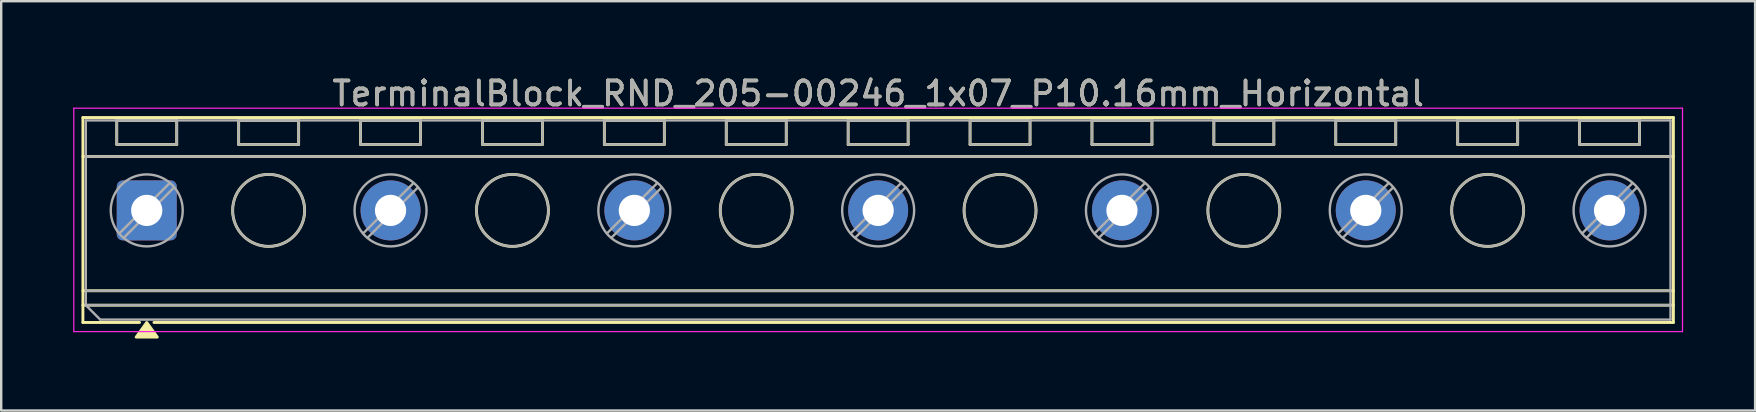
<source format=kicad_pcb>
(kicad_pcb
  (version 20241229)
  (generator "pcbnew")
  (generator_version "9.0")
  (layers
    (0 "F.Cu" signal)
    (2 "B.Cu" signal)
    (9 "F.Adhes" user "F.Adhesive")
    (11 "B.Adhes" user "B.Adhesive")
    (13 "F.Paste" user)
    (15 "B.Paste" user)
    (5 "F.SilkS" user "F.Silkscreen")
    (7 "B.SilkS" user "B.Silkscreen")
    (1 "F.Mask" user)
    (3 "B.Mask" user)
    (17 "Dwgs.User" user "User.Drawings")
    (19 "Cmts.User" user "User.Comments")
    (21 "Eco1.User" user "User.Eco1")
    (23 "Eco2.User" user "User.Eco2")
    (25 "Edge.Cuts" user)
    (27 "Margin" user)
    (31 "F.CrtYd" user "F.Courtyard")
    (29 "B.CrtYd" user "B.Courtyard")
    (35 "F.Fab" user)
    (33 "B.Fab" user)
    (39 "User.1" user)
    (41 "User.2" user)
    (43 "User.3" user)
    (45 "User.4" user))
  (footprint "TerminalBlock_RND_205-00246_1x07_P10.16mm_Horizontal"
    (layer "F.Cu")
    (at 3.065 5.718)
    (property "Reference" "TerminalBlock_RND_205-00246_1x07_P10.16mm_Horizontal" (at 30.48 -4.87 0) (layer "F.SilkS") (effects (font (size 1 1) (thickness 0.15))))
    (attr through_hole)
    (fp_line (start -2.66 -3.87) (end -2.66 4.67) (stroke (width 0.12) (type solid)) (layer "F.SilkS"))
    (fp_line (start -2.66 -3.87) (end 63.62 -3.87) (stroke (width 0.12) (type solid)) (layer "F.SilkS"))
    (fp_line (start -2.66 -2.25) (end 63.62 -2.25) (stroke (width 0.12) (type solid)) (layer "F.SilkS"))
    (fp_line (start -2.66 3.35) (end 63.62 3.35) (stroke (width 0.12) (type solid)) (layer "F.SilkS"))
    (fp_line (start -2.66 3.95) (end 63.62 3.95) (stroke (width 0.12) (type solid)) (layer "F.SilkS"))
    (fp_line (start -2.66 4.67) (end -0.3 4.67) (stroke (width 0.12) (type solid)) (layer "F.SilkS"))
    (fp_line (start -1.25 -3.75) (end -1.25 -2.75) (stroke (width 0.12) (type solid)) (layer "F.SilkS"))
    (fp_line (start -1.25 -3.75) (end 1.25 -3.75) (stroke (width 0.12) (type solid)) (layer "F.SilkS"))
    (fp_line (start -1.25 -2.75) (end 1.25 -2.75) (stroke (width 0.12) (type solid)) (layer "F.SilkS"))
    (fp_line (start 0.3 4.67) (end 63.62 4.67) (stroke (width 0.12) (type solid)) (layer "F.SilkS"))
    (fp_line (start 1.25 -3.75) (end 1.25 -2.75) (stroke (width 0.12) (type solid)) (layer "F.SilkS"))
    (fp_line (start 3.83 -3.75) (end 3.83 -2.75) (stroke (width 0.12) (type solid)) (layer "F.SilkS"))
    (fp_line (start 3.83 -3.75) (end 6.33 -3.75) (stroke (width 0.12) (type solid)) (layer "F.SilkS"))
    (fp_line (start 3.83 -2.75) (end 6.33 -2.75) (stroke (width 0.12) (type solid)) (layer "F.SilkS"))
    (fp_line (start 6.33 -3.75) (end 6.33 -2.75) (stroke (width 0.12) (type solid)) (layer "F.SilkS"))
    (fp_line (start 8.91 -3.75) (end 8.91 -2.75) (stroke (width 0.12) (type solid)) (layer "F.SilkS"))
    (fp_line (start 8.91 -3.75) (end 11.41 -3.75) (stroke (width 0.12) (type solid)) (layer "F.SilkS"))
    (fp_line (start 8.91 -2.75) (end 11.41 -2.75) (stroke (width 0.12) (type solid)) (layer "F.SilkS"))
    (fp_line (start 11.41 -3.75) (end 11.41 -2.75) (stroke (width 0.12) (type solid)) (layer "F.SilkS"))
    (fp_line (start 13.99 -3.75) (end 13.99 -2.75) (stroke (width 0.12) (type solid)) (layer "F.SilkS"))
    (fp_line (start 13.99 -3.75) (end 16.49 -3.75) (stroke (width 0.12) (type solid)) (layer "F.SilkS"))
    (fp_line (start 13.99 -2.75) (end 16.49 -2.75) (stroke (width 0.12) (type solid)) (layer "F.SilkS"))
    (fp_line (start 16.49 -3.75) (end 16.49 -2.75) (stroke (width 0.12) (type solid)) (layer "F.SilkS"))
    (fp_line (start 19.07 -3.75) (end 19.07 -2.75) (stroke (width 0.12) (type solid)) (layer "F.SilkS"))
    (fp_line (start 19.07 -3.75) (end 21.57 -3.75) (stroke (width 0.12) (type solid)) (layer "F.SilkS"))
    (fp_line (start 19.07 -2.75) (end 21.57 -2.75) (stroke (width 0.12) (type solid)) (layer "F.SilkS"))
    (fp_line (start 21.57 -3.75) (end 21.57 -2.75) (stroke (width 0.12) (type solid)) (layer "F.SilkS"))
    (fp_line (start 24.15 -3.75) (end 24.15 -2.75) (stroke (width 0.12) (type solid)) (layer "F.SilkS"))
    (fp_line (start 24.15 -3.75) (end 26.65 -3.75) (stroke (width 0.12) (type solid)) (layer "F.SilkS"))
    (fp_line (start 24.15 -2.75) (end 26.65 -2.75) (stroke (width 0.12) (type solid)) (layer "F.SilkS"))
    (fp_line (start 26.65 -3.75) (end 26.65 -2.75) (stroke (width 0.12) (type solid)) (layer "F.SilkS"))
    (fp_line (start 29.23 -3.75) (end 29.23 -2.75) (stroke (width 0.12) (type solid)) (layer "F.SilkS"))
    (fp_line (start 29.23 -3.75) (end 31.73 -3.75) (stroke (width 0.12) (type solid)) (layer "F.SilkS"))
    (fp_line (start 29.23 -2.75) (end 31.73 -2.75) (stroke (width 0.12) (type solid)) (layer "F.SilkS"))
    (fp_line (start 31.73 -3.75) (end 31.73 -2.75) (stroke (width 0.12) (type solid)) (layer "F.SilkS"))
    (fp_line (start 34.31 -3.75) (end 34.31 -2.75) (stroke (width 0.12) (type solid)) (layer "F.SilkS"))
    (fp_line (start 34.31 -3.75) (end 36.81 -3.75) (stroke (width 0.12) (type solid)) (layer "F.SilkS"))
    (fp_line (start 34.31 -2.75) (end 36.81 -2.75) (stroke (width 0.12) (type solid)) (layer "F.SilkS"))
    (fp_line (start 36.81 -3.75) (end 36.81 -2.75) (stroke (width 0.12) (type solid)) (layer "F.SilkS"))
    (fp_line (start 39.39 -3.75) (end 39.39 -2.75) (stroke (width 0.12) (type solid)) (layer "F.SilkS"))
    (fp_line (start 39.39 -3.75) (end 41.89 -3.75) (stroke (width 0.12) (type solid)) (layer "F.SilkS"))
    (fp_line (start 39.39 -2.75) (end 41.89 -2.75) (stroke (width 0.12) (type solid)) (layer "F.SilkS"))
    (fp_line (start 41.89 -3.75) (end 41.89 -2.75) (stroke (width 0.12) (type solid)) (layer "F.SilkS"))
    (fp_line (start 44.47 -3.75) (end 44.47 -2.75) (stroke (width 0.12) (type solid)) (layer "F.SilkS"))
    (fp_line (start 44.47 -3.75) (end 46.97 -3.75) (stroke (width 0.12) (type solid)) (layer "F.SilkS"))
    (fp_line (start 44.47 -2.75) (end 46.97 -2.75) (stroke (width 0.12) (type solid)) (layer "F.SilkS"))
    (fp_line (start 46.97 -3.75) (end 46.97 -2.75) (stroke (width 0.12) (type solid)) (layer "F.SilkS"))
    (fp_line (start 49.55 -3.75) (end 49.55 -2.75) (stroke (width 0.12) (type solid)) (layer "F.SilkS"))
    (fp_line (start 49.55 -3.75) (end 52.05 -3.75) (stroke (width 0.12) (type solid)) (layer "F.SilkS"))
    (fp_line (start 49.55 -2.75) (end 52.05 -2.75) (stroke (width 0.12) (type solid)) (layer "F.SilkS"))
    (fp_line (start 52.05 -3.75) (end 52.05 -2.75) (stroke (width 0.12) (type solid)) (layer "F.SilkS"))
    (fp_line (start 54.63 -3.75) (end 54.63 -2.75) (stroke (width 0.12) (type solid)) (layer "F.SilkS"))
    (fp_line (start 54.63 -3.75) (end 57.13 -3.75) (stroke (width 0.12) (type solid)) (layer "F.SilkS"))
    (fp_line (start 54.63 -2.75) (end 57.13 -2.75) (stroke (width 0.12) (type solid)) (layer "F.SilkS"))
    (fp_line (start 57.13 -3.75) (end 57.13 -2.75) (stroke (width 0.12) (type solid)) (layer "F.SilkS"))
    (fp_line (start 59.71 -3.75) (end 59.71 -2.75) (stroke (width 0.12) (type solid)) (layer "F.SilkS"))
    (fp_line (start 59.71 -3.75) (end 62.21 -3.75) (stroke (width 0.12) (type solid)) (layer "F.SilkS"))
    (fp_line (start 59.71 -2.75) (end 62.21 -2.75) (stroke (width 0.12) (type solid)) (layer "F.SilkS"))
    (fp_line (start 62.21 -3.75) (end 62.21 -2.75) (stroke (width 0.12) (type solid)) (layer "F.SilkS"))
    (fp_line (start 63.62 -3.87) (end 63.62 4.67) (stroke (width 0.12) (type solid)) (layer "F.SilkS"))
    (fp_circle (center 5.08 0) (end 6.58 0) (stroke (width 0.12) (type solid)) (fill no) (layer "F.SilkS"))
    (fp_circle (center 15.24 0) (end 16.74 0) (stroke (width 0.12) (type solid)) (fill no) (layer "F.SilkS"))
    (fp_circle (center 25.4 0) (end 26.9 0) (stroke (width 0.12) (type solid)) (fill no) (layer "F.SilkS"))
    (fp_circle (center 35.56 0) (end 37.06 0) (stroke (width 0.12) (type solid)) (fill no) (layer "F.SilkS"))
    (fp_circle (center 45.72 0) (end 47.22 0) (stroke (width 0.12) (type solid)) (fill no) (layer "F.SilkS"))
    (fp_circle (center 55.88 0) (end 57.38 0) (stroke (width 0.12) (type solid)) (fill no) (layer "F.SilkS"))
    (fp_poly (pts (xy 0 4.67) (xy 0.44 5.28) (xy -0.44 5.28)) (stroke (width 0.12) (type solid)) (fill yes) (layer "F.SilkS"))
    (fp_line (start -3.04 -4.26) (end -3.04 5.05) (stroke (width 0.05) (type solid)) (layer "F.CrtYd"))
    (fp_line (start -3.04 5.05) (end 64 5.05) (stroke (width 0.05) (type solid)) (layer "F.CrtYd"))
    (fp_line (start 64 -4.26) (end -3.04 -4.26) (stroke (width 0.05) (type solid)) (layer "F.CrtYd"))
    (fp_line (start 64 5.05) (end 64 -4.26) (stroke (width 0.05) (type solid)) (layer "F.CrtYd"))
    (fp_line (start -2.54 -3.75) (end 63.5 -3.75) (stroke (width 0.1) (type solid)) (layer "F.Fab"))
    (fp_line (start -2.54 -2.25) (end 63.5 -2.25) (stroke (width 0.1) (type solid)) (layer "F.Fab"))
    (fp_line (start -2.54 3.35) (end 63.5 3.35) (stroke (width 0.1) (type solid)) (layer "F.Fab"))
    (fp_line (start -2.54 3.95) (end -2.54 -3.75) (stroke (width 0.1) (type solid)) (layer "F.Fab"))
    (fp_line (start -2.54 3.95) (end 63.5 3.95) (stroke (width 0.1) (type solid)) (layer "F.Fab"))
    (fp_line (start -1.94 4.55) (end -2.54 3.95) (stroke (width 0.1) (type solid)) (layer "F.Fab"))
    (fp_line (start -1.25 -3.75) (end -1.25 -2.75) (stroke (width 0.1) (type solid)) (layer "F.Fab"))
    (fp_line (start -1.25 -2.75) (end 1.25 -2.75) (stroke (width 0.1) (type solid)) (layer "F.Fab"))
    (fp_line (start 0.955 -1.138) (end -1.138 0.954) (stroke (width 0.1) (type solid)) (layer "F.Fab"))
    (fp_line (start 1.138 -0.954) (end -0.955 1.137) (stroke (width 0.1) (type solid)) (layer "F.Fab"))
    (fp_line (start 1.25 -3.75) (end -1.25 -3.75) (stroke (width 0.1) (type solid)) (layer "F.Fab"))
    (fp_line (start 1.25 -2.75) (end 1.25 -3.75) (stroke (width 0.1) (type solid)) (layer "F.Fab"))
    (fp_line (start 3.83 -3.75) (end 3.83 -2.75) (stroke (width 0.1) (type solid)) (layer "F.Fab"))
    (fp_line (start 3.83 -2.75) (end 6.33 -2.75) (stroke (width 0.1) (type solid)) (layer "F.Fab"))
    (fp_line (start 6.33 -3.75) (end 3.83 -3.75) (stroke (width 0.1) (type solid)) (layer "F.Fab"))
    (fp_line (start 6.33 -2.75) (end 6.33 -3.75) (stroke (width 0.1) (type solid)) (layer "F.Fab"))
    (fp_line (start 8.91 -3.75) (end 8.91 -2.75) (stroke (width 0.1) (type solid)) (layer "F.Fab"))
    (fp_line (start 8.91 -2.75) (end 11.41 -2.75) (stroke (width 0.1) (type solid)) (layer "F.Fab"))
    (fp_line (start 11.115 -1.138) (end 9.022 0.954) (stroke (width 0.1) (type solid)) (layer "F.Fab"))
    (fp_line (start 11.298 -0.954) (end 9.205 1.137) (stroke (width 0.1) (type solid)) (layer "F.Fab"))
    (fp_line (start 11.41 -3.75) (end 8.91 -3.75) (stroke (width 0.1) (type solid)) (layer "F.Fab"))
    (fp_line (start 11.41 -2.75) (end 11.41 -3.75) (stroke (width 0.1) (type solid)) (layer "F.Fab"))
    (fp_line (start 13.99 -3.75) (end 13.99 -2.75) (stroke (width 0.1) (type solid)) (layer "F.Fab"))
    (fp_line (start 13.99 -2.75) (end 16.49 -2.75) (stroke (width 0.1) (type solid)) (layer "F.Fab"))
    (fp_line (start 16.49 -3.75) (end 13.99 -3.75) (stroke (width 0.1) (type solid)) (layer "F.Fab"))
    (fp_line (start 16.49 -2.75) (end 16.49 -3.75) (stroke (width 0.1) (type solid)) (layer "F.Fab"))
    (fp_line (start 19.07 -3.75) (end 19.07 -2.75) (stroke (width 0.1) (type solid)) (layer "F.Fab"))
    (fp_line (start 19.07 -2.75) (end 21.57 -2.75) (stroke (width 0.1) (type solid)) (layer "F.Fab"))
    (fp_line (start 21.275 -1.138) (end 19.182 0.954) (stroke (width 0.1) (type solid)) (layer "F.Fab"))
    (fp_line (start 21.458 -0.954) (end 19.365 1.137) (stroke (width 0.1) (type solid)) (layer "F.Fab"))
    (fp_line (start 21.57 -3.75) (end 19.07 -3.75) (stroke (width 0.1) (type solid)) (layer "F.Fab"))
    (fp_line (start 21.57 -2.75) (end 21.57 -3.75) (stroke (width 0.1) (type solid)) (layer "F.Fab"))
    (fp_line (start 24.15 -3.75) (end 24.15 -2.75) (stroke (width 0.1) (type solid)) (layer "F.Fab"))
    (fp_line (start 24.15 -2.75) (end 26.65 -2.75) (stroke (width 0.1) (type solid)) (layer "F.Fab"))
    (fp_line (start 26.65 -3.75) (end 24.15 -3.75) (stroke (width 0.1) (type solid)) (layer "F.Fab"))
    (fp_line (start 26.65 -2.75) (end 26.65 -3.75) (stroke (width 0.1) (type solid)) (layer "F.Fab"))
    (fp_line (start 29.23 -3.75) (end 29.23 -2.75) (stroke (width 0.1) (type solid)) (layer "F.Fab"))
    (fp_line (start 29.23 -2.75) (end 31.73 -2.75) (stroke (width 0.1) (type solid)) (layer "F.Fab"))
    (fp_line (start 31.435 -1.138) (end 29.342 0.954) (stroke (width 0.1) (type solid)) (layer "F.Fab"))
    (fp_line (start 31.618 -0.954) (end 29.525 1.137) (stroke (width 0.1) (type solid)) (layer "F.Fab"))
    (fp_line (start 31.73 -3.75) (end 29.23 -3.75) (stroke (width 0.1) (type solid)) (layer "F.Fab"))
    (fp_line (start 31.73 -2.75) (end 31.73 -3.75) (stroke (width 0.1) (type solid)) (layer "F.Fab"))
    (fp_line (start 34.31 -3.75) (end 34.31 -2.75) (stroke (width 0.1) (type solid)) (layer "F.Fab"))
    (fp_line (start 34.31 -2.75) (end 36.81 -2.75) (stroke (width 0.1) (type solid)) (layer "F.Fab"))
    (fp_line (start 36.81 -3.75) (end 34.31 -3.75) (stroke (width 0.1) (type solid)) (layer "F.Fab"))
    (fp_line (start 36.81 -2.75) (end 36.81 -3.75) (stroke (width 0.1) (type solid)) (layer "F.Fab"))
    (fp_line (start 39.39 -3.75) (end 39.39 -2.75) (stroke (width 0.1) (type solid)) (layer "F.Fab"))
    (fp_line (start 39.39 -2.75) (end 41.89 -2.75) (stroke (width 0.1) (type solid)) (layer "F.Fab"))
    (fp_line (start 41.595 -1.138) (end 39.502 0.954) (stroke (width 0.1) (type solid)) (layer "F.Fab"))
    (fp_line (start 41.778 -0.954) (end 39.685 1.137) (stroke (width 0.1) (type solid)) (layer "F.Fab"))
    (fp_line (start 41.89 -3.75) (end 39.39 -3.75) (stroke (width 0.1) (type solid)) (layer "F.Fab"))
    (fp_line (start 41.89 -2.75) (end 41.89 -3.75) (stroke (width 0.1) (type solid)) (layer "F.Fab"))
    (fp_line (start 44.47 -3.75) (end 44.47 -2.75) (stroke (width 0.1) (type solid)) (layer "F.Fab"))
    (fp_line (start 44.47 -2.75) (end 46.97 -2.75) (stroke (width 0.1) (type solid)) (layer "F.Fab"))
    (fp_line (start 46.97 -3.75) (end 44.47 -3.75) (stroke (width 0.1) (type solid)) (layer "F.Fab"))
    (fp_line (start 46.97 -2.75) (end 46.97 -3.75) (stroke (width 0.1) (type solid)) (layer "F.Fab"))
    (fp_line (start 49.55 -3.75) (end 49.55 -2.75) (stroke (width 0.1) (type solid)) (layer "F.Fab"))
    (fp_line (start 49.55 -2.75) (end 52.05 -2.75) (stroke (width 0.1) (type solid)) (layer "F.Fab"))
    (fp_line (start 51.755 -1.138) (end 49.662 0.954) (stroke (width 0.1) (type solid)) (layer "F.Fab"))
    (fp_line (start 51.938 -0.954) (end 49.845 1.137) (stroke (width 0.1) (type solid)) (layer "F.Fab"))
    (fp_line (start 52.05 -3.75) (end 49.55 -3.75) (stroke (width 0.1) (type solid)) (layer "F.Fab"))
    (fp_line (start 52.05 -2.75) (end 52.05 -3.75) (stroke (width 0.1) (type solid)) (layer "F.Fab"))
    (fp_line (start 54.63 -3.75) (end 54.63 -2.75) (stroke (width 0.1) (type solid)) (layer "F.Fab"))
    (fp_line (start 54.63 -2.75) (end 57.13 -2.75) (stroke (width 0.1) (type solid)) (layer "F.Fab"))
    (fp_line (start 57.13 -3.75) (end 54.63 -3.75) (stroke (width 0.1) (type solid)) (layer "F.Fab"))
    (fp_line (start 57.13 -2.75) (end 57.13 -3.75) (stroke (width 0.1) (type solid)) (layer "F.Fab"))
    (fp_line (start 59.71 -3.75) (end 59.71 -2.75) (stroke (width 0.1) (type solid)) (layer "F.Fab"))
    (fp_line (start 59.71 -2.75) (end 62.21 -2.75) (stroke (width 0.1) (type solid)) (layer "F.Fab"))
    (fp_line (start 61.915 -1.138) (end 59.822 0.954) (stroke (width 0.1) (type solid)) (layer "F.Fab"))
    (fp_line (start 62.098 -0.954) (end 60.005 1.137) (stroke (width 0.1) (type solid)) (layer "F.Fab"))
    (fp_line (start 62.21 -3.75) (end 59.71 -3.75) (stroke (width 0.1) (type solid)) (layer "F.Fab"))
    (fp_line (start 62.21 -2.75) (end 62.21 -3.75) (stroke (width 0.1) (type solid)) (layer "F.Fab"))
    (fp_line (start 63.5 -3.75) (end 63.5 4.55) (stroke (width 0.1) (type solid)) (layer "F.Fab"))
    (fp_line (start 63.5 4.55) (end -1.94 4.55) (stroke (width 0.1) (type solid)) (layer "F.Fab"))
    (fp_circle (center 0 0) (end 1.5 0) (stroke (width 0.1) (type solid)) (fill no) (layer "F.Fab"))
    (fp_circle (center 5.08 0) (end 6.58 0) (stroke (width 0.1) (type solid)) (fill no) (layer "F.Fab"))
    (fp_circle (center 10.16 0) (end 11.66 0) (stroke (width 0.1) (type solid)) (fill no) (layer "F.Fab"))
    (fp_circle (center 15.24 0) (end 16.74 0) (stroke (width 0.1) (type solid)) (fill no) (layer "F.Fab"))
    (fp_circle (center 20.32 0) (end 21.82 0) (stroke (width 0.1) (type solid)) (fill no) (layer "F.Fab"))
    (fp_circle (center 25.4 0) (end 26.9 0) (stroke (width 0.1) (type solid)) (fill no) (layer "F.Fab"))
    (fp_circle (center 30.48 0) (end 31.98 0) (stroke (width 0.1) (type solid)) (fill no) (layer "F.Fab"))
    (fp_circle (center 35.56 0) (end 37.06 0) (stroke (width 0.1) (type solid)) (fill no) (layer "F.Fab"))
    (fp_circle (center 40.64 0) (end 42.14 0) (stroke (width 0.1) (type solid)) (fill no) (layer "F.Fab"))
    (fp_circle (center 45.72 0) (end 47.22 0) (stroke (width 0.1) (type solid)) (fill no) (layer "F.Fab"))
    (fp_circle (center 50.8 0) (end 52.3 0) (stroke (width 0.1) (type solid)) (fill no) (layer "F.Fab"))
    (fp_circle (center 55.88 0) (end 57.38 0) (stroke (width 0.1) (type solid)) (fill no) (layer "F.Fab"))
    (fp_circle (center 60.96 0) (end 62.46 0) (stroke (width 0.1) (type solid)) (fill no) (layer "F.Fab"))
    (fp_text user "${REFERENCE}" (at 30.48 -4.87 0) (layer "F.Fab") (effects (font (size 1 1) (thickness 0.15))))
    (pad "1" thru_hole roundrect (at 0 0) (size 2.5 2.5) (drill 1.3) (layers "*.Cu" "*.Mask") (roundrect_rratio 0.1))
    (pad "2" thru_hole circle (at 10.16 0) (size 2.5 2.5) (drill 1.3) (layers "*.Cu" "*.Mask"))
    (pad "3" thru_hole circle (at 20.32 0) (size 2.5 2.5) (drill 1.3) (layers "*.Cu" "*.Mask"))
    (pad "4" thru_hole circle (at 30.48 0) (size 2.5 2.5) (drill 1.3) (layers "*.Cu" "*.Mask"))
    (pad "5" thru_hole circle (at 40.64 0) (size 2.5 2.5) (drill 1.3) (layers "*.Cu" "*.Mask"))
    (pad "6" thru_hole circle (at 50.8 0) (size 2.5 2.5) (drill 1.3) (layers "*.Cu" "*.Mask"))
    (pad "7" thru_hole circle (at 60.96 0) (size 2.5 2.5) (drill 1.3) (layers "*.Cu" "*.Mask")))
  (gr_rect
    (start -3 -3)
    (end 70.09 14.058)
    (stroke (width 0.1) (type default))
    (fill no)
    (layer "Edge.Cuts")))
</source>
